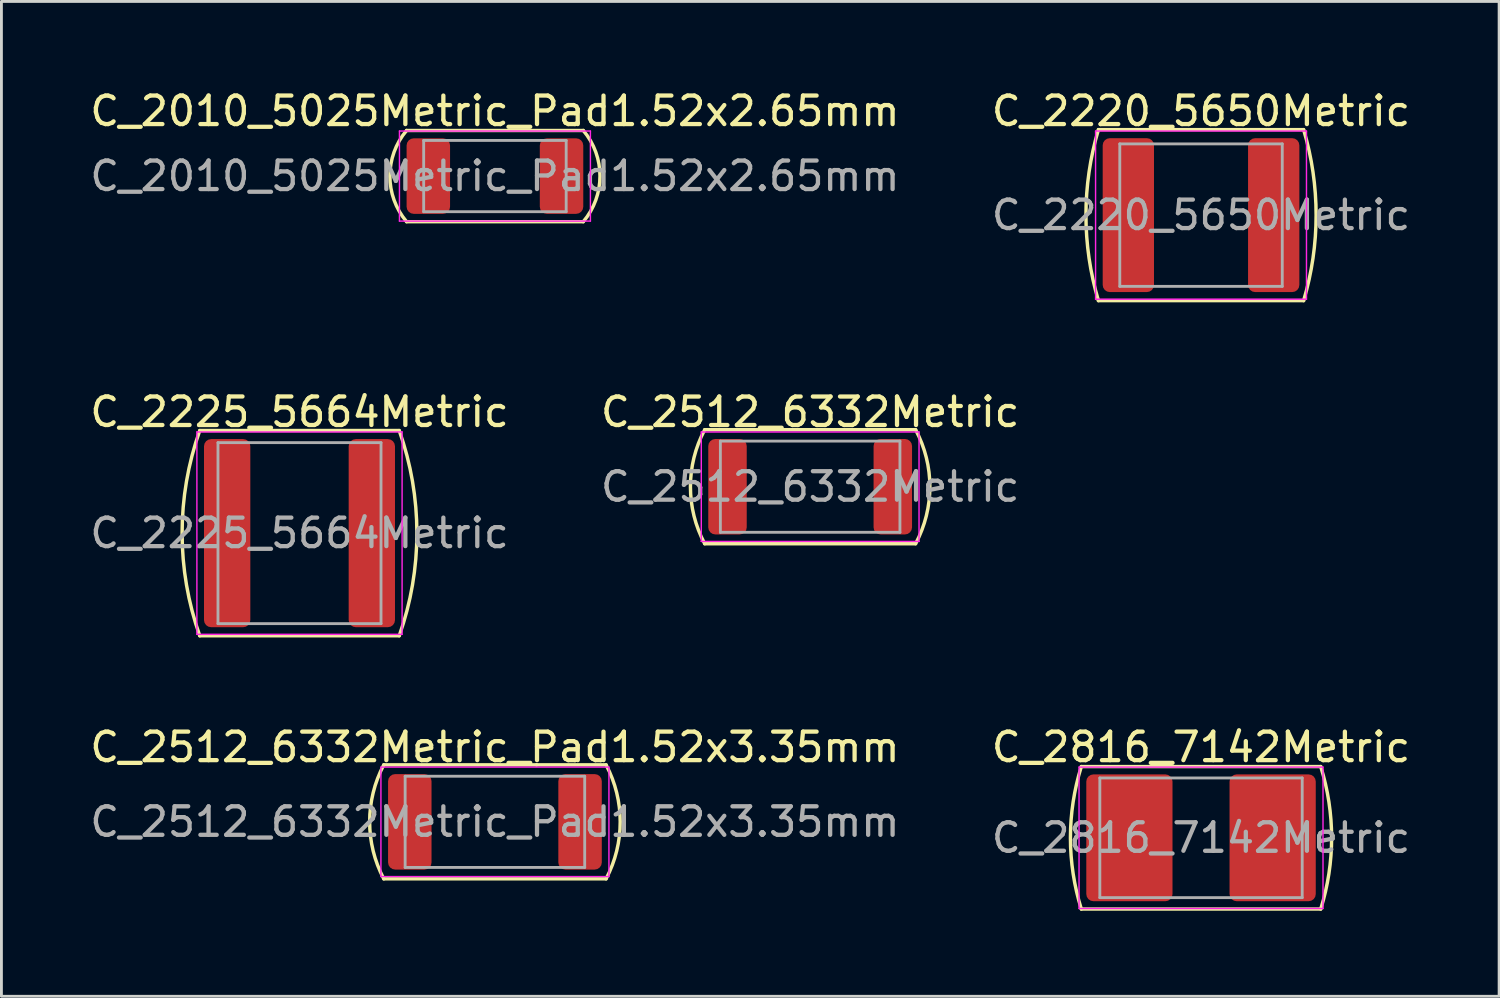
<source format=kicad_pcb>
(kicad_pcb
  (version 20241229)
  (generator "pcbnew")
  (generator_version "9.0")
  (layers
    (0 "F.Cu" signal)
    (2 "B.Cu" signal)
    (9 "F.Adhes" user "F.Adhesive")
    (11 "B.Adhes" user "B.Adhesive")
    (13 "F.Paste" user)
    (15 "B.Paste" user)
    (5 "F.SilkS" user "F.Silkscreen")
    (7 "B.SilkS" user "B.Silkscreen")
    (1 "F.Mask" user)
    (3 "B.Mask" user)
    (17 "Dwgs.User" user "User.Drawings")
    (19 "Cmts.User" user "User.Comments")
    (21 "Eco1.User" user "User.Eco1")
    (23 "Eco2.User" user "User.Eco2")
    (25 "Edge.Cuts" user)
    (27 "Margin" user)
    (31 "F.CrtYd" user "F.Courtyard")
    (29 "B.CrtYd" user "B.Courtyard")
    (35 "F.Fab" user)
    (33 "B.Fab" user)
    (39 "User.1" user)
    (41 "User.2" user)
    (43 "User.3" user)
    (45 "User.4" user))
  (footprint "C_2512_6332Metric_Pad1.52x3.35mm"
    (layer "F.Cu")
    (at 14.315 25.785)
    (property "Reference" "C_2512_6332Metric_Pad1.52x3.35mm" (at 0 -2.62 0) (layer "F.SilkS") (effects (font (size 1 1) (thickness 0.15))))
    (attr smd)
    (fp_line (start -3.9 2) (end 3.9 2) (stroke (width 0.12) (type solid)) (layer "F.SilkS"))
    (fp_line (start 1.46 -2) (end -3.9 -2) (stroke (width 0.12) (type solid)) (layer "F.SilkS"))
    (fp_line (start 3.9 -2) (end 1.46 -2) (stroke (width 0.12) (type solid)) (layer "F.SilkS"))
    (fp_arc (start -3.9 2) (mid -4.395557 0) (end -3.9 -2) (stroke (width 0.12) (type solid)) (layer "F.SilkS"))
    (fp_arc (start 3.9 -2) (mid 4.395557 0) (end 3.9 2) (stroke (width 0.12) (type solid)) (layer "F.SilkS"))
    (fp_line (start -4 -1.92) (end 4 -1.92) (stroke (width 0.05) (type solid)) (layer "F.CrtYd"))
    (fp_line (start -4 1.92) (end -4 -1.92) (stroke (width 0.05) (type solid)) (layer "F.CrtYd"))
    (fp_line (start 4 -1.92) (end 4 1.92) (stroke (width 0.05) (type solid)) (layer "F.CrtYd"))
    (fp_line (start 4 1.92) (end -4 1.92) (stroke (width 0.05) (type solid)) (layer "F.CrtYd"))
    (fp_line (start -3.15 -1.6) (end 3.15 -1.6) (stroke (width 0.1) (type solid)) (layer "F.Fab"))
    (fp_line (start -3.15 1.6) (end -3.15 -1.6) (stroke (width 0.1) (type solid)) (layer "F.Fab"))
    (fp_line (start 3.15 -1.6) (end 3.15 1.6) (stroke (width 0.1) (type solid)) (layer "F.Fab"))
    (fp_line (start 3.15 1.6) (end -3.15 1.6) (stroke (width 0.1) (type solid)) (layer "F.Fab"))
    (fp_text user "${REFERENCE}" (at 0 0 0) (layer "F.Fab") (effects (font (size 1 1) (thickness 0.15))))
    (pad "1" smd roundrect (at -2.987 0) (size 1.525 3.35) (layers "F.Cu" "F.Mask" "F.Paste") (roundrect_rratio 0.164))
    (pad "2" smd roundrect (at 2.987 0) (size 1.525 3.35) (layers "F.Cu" "F.Mask" "F.Paste") (roundrect_rratio 0.164)))
  (footprint "C_2220_5650Metric"
    (layer "F.Cu")
    (at 39.089 4.498)
    (property "Reference" "C_2220_5650Metric" (at 0 -3.65 0) (layer "F.SilkS") (effects (font (size 1 1) (thickness 0.15))))
    (attr smd)
    (fp_line (start -3.6 3) (end 3.6 3) (stroke (width 0.12) (type solid)) (layer "F.SilkS"))
    (fp_line (start 3.6 -3) (end -3.6 -3) (stroke (width 0.12) (type solid)) (layer "F.SilkS"))
    (fp_arc (start -3.6 3) (mid -4.037913 0) (end -3.6 -3) (stroke (width 0.12) (type solid)) (layer "F.SilkS"))
    (fp_arc (start 3.6 -3) (mid 4.037913 0) (end 3.6 3) (stroke (width 0.12) (type solid)) (layer "F.SilkS"))
    (fp_line (start -3.7 -2.95) (end 3.7 -2.95) (stroke (width 0.05) (type solid)) (layer "F.CrtYd"))
    (fp_line (start -3.7 2.95) (end -3.7 -2.95) (stroke (width 0.05) (type solid)) (layer "F.CrtYd"))
    (fp_line (start 3.7 -2.95) (end 3.7 2.95) (stroke (width 0.05) (type solid)) (layer "F.CrtYd"))
    (fp_line (start 3.7 2.95) (end -3.7 2.95) (stroke (width 0.05) (type solid)) (layer "F.CrtYd"))
    (fp_line (start -2.85 -2.5) (end 2.85 -2.5) (stroke (width 0.1) (type solid)) (layer "F.Fab"))
    (fp_line (start -2.85 2.5) (end -2.85 -2.5) (stroke (width 0.1) (type solid)) (layer "F.Fab"))
    (fp_line (start 2.85 -2.5) (end 2.85 2.5) (stroke (width 0.1) (type solid)) (layer "F.Fab"))
    (fp_line (start 2.85 2.5) (end -2.85 2.5) (stroke (width 0.1) (type solid)) (layer "F.Fab"))
    (fp_text user "${REFERENCE}" (at 0 0 0) (layer "F.Fab") (effects (font (size 1 1) (thickness 0.15))))
    (pad "1" smd roundrect (at -2.55 0) (size 1.8 5.4) (layers "F.Cu" "F.Mask" "F.Paste") (roundrect_rratio 0.139))
    (pad "2" smd roundrect (at 2.55 0) (size 1.8 5.4) (layers "F.Cu" "F.Mask" "F.Paste") (roundrect_rratio 0.139)))
  (footprint "C_2816_7142Metric"
    (layer "F.Cu")
    (at 39.089 26.345)
    (property "Reference" "C_2816_7142Metric" (at 0 -3.18 0) (layer "F.SilkS") (effects (font (size 1 1) (thickness 0.15))))
    (attr smd)
    (fp_line (start -4.2 2.5) (end 4.2 2.5) (stroke (width 0.12) (type solid)) (layer "F.SilkS"))
    (fp_line (start 4.2 -2.5) (end -4.2 -2.5) (stroke (width 0.12) (type solid)) (layer "F.SilkS"))
    (fp_arc (start -4.2 2.5) (mid -4.582223 0) (end -4.2 -2.5) (stroke (width 0.12) (type solid)) (layer "F.SilkS"))
    (fp_arc (start 4.2 -2.5) (mid 4.582223 0) (end 4.2 2.5) (stroke (width 0.12) (type solid)) (layer "F.SilkS"))
    (fp_line (start -4.28 -2.48) (end 4.28 -2.48) (stroke (width 0.05) (type solid)) (layer "F.CrtYd"))
    (fp_line (start -4.28 2.48) (end -4.28 -2.48) (stroke (width 0.05) (type solid)) (layer "F.CrtYd"))
    (fp_line (start 4.28 -2.48) (end 4.28 2.48) (stroke (width 0.05) (type solid)) (layer "F.CrtYd"))
    (fp_line (start 4.28 2.48) (end -4.28 2.48) (stroke (width 0.05) (type solid)) (layer "F.CrtYd"))
    (fp_line (start -3.55 -2.1) (end 3.55 -2.1) (stroke (width 0.1) (type solid)) (layer "F.Fab"))
    (fp_line (start -3.55 2.1) (end -3.55 -2.1) (stroke (width 0.1) (type solid)) (layer "F.Fab"))
    (fp_line (start 3.55 -2.1) (end 3.55 2.1) (stroke (width 0.1) (type solid)) (layer "F.Fab"))
    (fp_line (start 3.55 2.1) (end -3.55 2.1) (stroke (width 0.1) (type solid)) (layer "F.Fab"))
    (fp_text user "${REFERENCE}" (at 0 0 0) (layer "F.Fab") (effects (font (size 1 1) (thickness 0.15))))
    (pad "1" smd roundrect (at -2.513 0) (size 3.025 4.45) (layers "F.Cu" "F.Mask" "F.Paste") (roundrect_rratio 0.083))
    (pad "2" smd roundrect (at 2.513 0) (size 3.025 4.45) (layers "F.Cu" "F.Mask" "F.Paste") (roundrect_rratio 0.083)))
  (footprint "C_2512_6332Metric"
    (layer "F.Cu")
    (at 25.375 14.027)
    (property "Reference" "C_2512_6332Metric" (at 0 -2.62 0) (layer "F.SilkS") (effects (font (size 1 1) (thickness 0.15))))
    (attr smd)
    (fp_line (start -3.7 2) (end 3.7 2) (stroke (width 0.12) (type solid)) (layer "F.SilkS"))
    (fp_line (start 3.7 -2) (end -3.7 -2) (stroke (width 0.12) (type solid)) (layer "F.SilkS"))
    (fp_arc (start -3.7 2) (mid -4.200724 0) (end -3.7 -2) (stroke (width 0.12) (type solid)) (layer "F.SilkS"))
    (fp_arc (start 3.7 -2) (mid 4.200724 0) (end 3.7 2) (stroke (width 0.12) (type solid)) (layer "F.SilkS"))
    (fp_line (start -3.82 -1.92) (end 3.82 -1.92) (stroke (width 0.05) (type solid)) (layer "F.CrtYd"))
    (fp_line (start -3.82 1.92) (end -3.82 -1.92) (stroke (width 0.05) (type solid)) (layer "F.CrtYd"))
    (fp_line (start 3.82 -1.92) (end 3.82 1.92) (stroke (width 0.05) (type solid)) (layer "F.CrtYd"))
    (fp_line (start 3.82 1.92) (end -3.82 1.92) (stroke (width 0.05) (type solid)) (layer "F.CrtYd"))
    (fp_line (start -3.15 -1.6) (end 3.15 -1.6) (stroke (width 0.1) (type solid)) (layer "F.Fab"))
    (fp_line (start -3.15 1.6) (end -3.15 -1.6) (stroke (width 0.1) (type solid)) (layer "F.Fab"))
    (fp_line (start 3.15 -1.6) (end 3.15 1.6) (stroke (width 0.1) (type solid)) (layer "F.Fab"))
    (fp_line (start 3.15 1.6) (end -3.15 1.6) (stroke (width 0.1) (type solid)) (layer "F.Fab"))
    (fp_text user "${REFERENCE}" (at 0 0 0) (layer "F.Fab") (effects (font (size 1 1) (thickness 0.15))))
    (pad "1" smd roundrect (at -2.9 0) (size 1.35 3.35) (layers "F.Cu" "F.Mask" "F.Paste") (roundrect_rratio 0.185))
    (pad "2" smd roundrect (at 2.9 0) (size 1.35 3.35) (layers "F.Cu" "F.Mask" "F.Paste") (roundrect_rratio 0.185)))
  (footprint "C_2010_5025Metric_Pad1.52x2.65mm"
    (layer "F.Cu")
    (at 14.315 3.128)
    (property "Reference" "C_2010_5025Metric_Pad1.52x2.65mm" (at 0 -2.28 0) (layer "F.SilkS") (effects (font (size 1 1) (thickness 0.15))))
    (attr smd)
    (fp_line (start -3.1 1.6) (end 3.1 1.6) (stroke (width 0.12) (type solid)) (layer "F.SilkS"))
    (fp_line (start 3.1 -1.6) (end -3.1 -1.6) (stroke (width 0.12) (type solid)) (layer "F.SilkS"))
    (fp_arc (start -3.1 1.6) (mid -3.685817 0) (end -3.1 -1.6) (stroke (width 0.12) (type solid)) (layer "F.SilkS"))
    (fp_arc (start 3.1 -1.6) (mid 3.685817 0) (end 3.1 1.6) (stroke (width 0.12) (type solid)) (layer "F.SilkS"))
    (fp_line (start -3.35 -1.58) (end 3.35 -1.58) (stroke (width 0.05) (type solid)) (layer "F.CrtYd"))
    (fp_line (start -3.35 1.58) (end -3.35 -1.58) (stroke (width 0.05) (type solid)) (layer "F.CrtYd"))
    (fp_line (start 3.35 -1.58) (end 3.35 1.58) (stroke (width 0.05) (type solid)) (layer "F.CrtYd"))
    (fp_line (start 3.35 1.58) (end -3.35 1.58) (stroke (width 0.05) (type solid)) (layer "F.CrtYd"))
    (fp_line (start -2.5 -1.25) (end 2.5 -1.25) (stroke (width 0.1) (type solid)) (layer "F.Fab"))
    (fp_line (start -2.5 1.25) (end -2.5 -1.25) (stroke (width 0.1) (type solid)) (layer "F.Fab"))
    (fp_line (start 2.5 -1.25) (end 2.5 1.25) (stroke (width 0.1) (type solid)) (layer "F.Fab"))
    (fp_line (start 2.5 1.25) (end -2.5 1.25) (stroke (width 0.1) (type solid)) (layer "F.Fab"))
    (fp_text user "${REFERENCE}" (at 0 0 0) (layer "F.Fab") (effects (font (size 1 1) (thickness 0.15))))
    (pad "1" smd roundrect (at -2.337 0) (size 1.525 2.65) (layers "F.Cu" "F.Mask" "F.Paste") (roundrect_rratio 0.164))
    (pad "2" smd roundrect (at 2.337 0) (size 1.525 2.65) (layers "F.Cu" "F.Mask" "F.Paste") (roundrect_rratio 0.164)))
  (footprint "C_2225_5664Metric"
    (layer "F.Cu")
    (at 7.458 15.656)
    (property "Reference" "C_2225_5664Metric" (at 0 -4.25 0) (layer "F.SilkS") (effects (font (size 1 1) (thickness 0.15))))
    (attr smd)
    (fp_line (start -3.5 3.6) (end 3.5 3.6) (stroke (width 0.12) (type solid)) (layer "F.SilkS"))
    (fp_line (start 3.5 -3.6) (end -3.5 -3.6) (stroke (width 0.12) (type solid)) (layer "F.SilkS"))
    (fp_arc (start -3.5 3.6) (mid -4.118936 0) (end -3.5 -3.6) (stroke (width 0.12) (type solid)) (layer "F.SilkS"))
    (fp_arc (start 3.5 -3.6) (mid 4.118936 0) (end 3.5 3.6) (stroke (width 0.12) (type solid)) (layer "F.SilkS"))
    (fp_line (start -3.6 -3.55) (end 3.6 -3.55) (stroke (width 0.05) (type solid)) (layer "F.CrtYd"))
    (fp_line (start -3.6 3.55) (end -3.6 -3.55) (stroke (width 0.05) (type solid)) (layer "F.CrtYd"))
    (fp_line (start 3.6 -3.55) (end 3.6 3.55) (stroke (width 0.05) (type solid)) (layer "F.CrtYd"))
    (fp_line (start 3.6 3.55) (end -3.6 3.55) (stroke (width 0.05) (type solid)) (layer "F.CrtYd"))
    (fp_line (start -2.86 -3.175) (end 2.86 -3.175) (stroke (width 0.1) (type solid)) (layer "F.Fab"))
    (fp_line (start -2.86 3.175) (end -2.86 -3.175) (stroke (width 0.1) (type solid)) (layer "F.Fab"))
    (fp_line (start 2.86 -3.175) (end 2.86 3.175) (stroke (width 0.1) (type solid)) (layer "F.Fab"))
    (fp_line (start 2.86 3.175) (end -2.86 3.175) (stroke (width 0.1) (type solid)) (layer "F.Fab"))
    (fp_text user "${REFERENCE}" (at 0 0 0) (layer "F.Fab") (effects (font (size 1 1) (thickness 0.15))))
    (pad "1" smd roundrect (at -2.538 0) (size 1.625 6.6) (layers "F.Cu" "F.Mask" "F.Paste") (roundrect_rratio 0.154))
    (pad "2" smd roundrect (at 2.538 0) (size 1.625 6.6) (layers "F.Cu" "F.Mask" "F.Paste") (roundrect_rratio 0.154)))
  (gr_rect
    (start -3 -3)
    (end 49.548 31.905)
    (stroke (width 0.1) (type default))
    (fill no)
    (layer "Edge.Cuts")))
</source>
